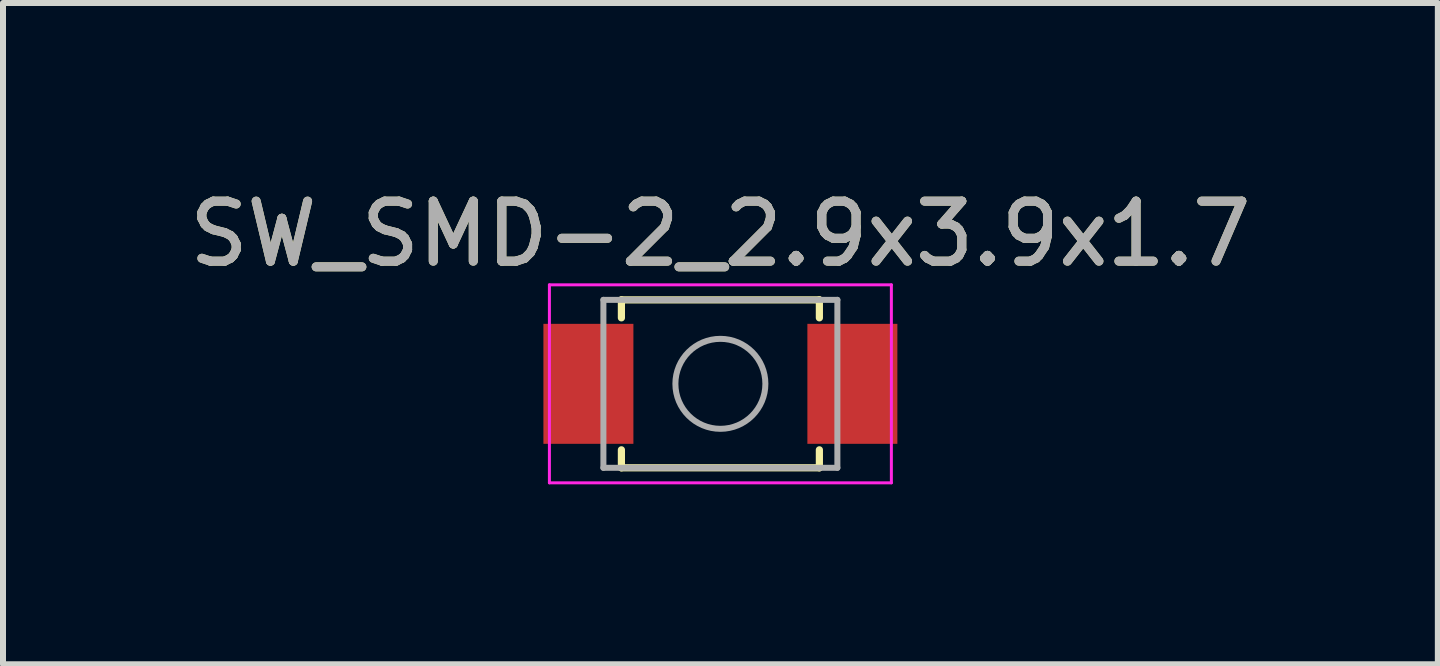
<source format=kicad_pcb>
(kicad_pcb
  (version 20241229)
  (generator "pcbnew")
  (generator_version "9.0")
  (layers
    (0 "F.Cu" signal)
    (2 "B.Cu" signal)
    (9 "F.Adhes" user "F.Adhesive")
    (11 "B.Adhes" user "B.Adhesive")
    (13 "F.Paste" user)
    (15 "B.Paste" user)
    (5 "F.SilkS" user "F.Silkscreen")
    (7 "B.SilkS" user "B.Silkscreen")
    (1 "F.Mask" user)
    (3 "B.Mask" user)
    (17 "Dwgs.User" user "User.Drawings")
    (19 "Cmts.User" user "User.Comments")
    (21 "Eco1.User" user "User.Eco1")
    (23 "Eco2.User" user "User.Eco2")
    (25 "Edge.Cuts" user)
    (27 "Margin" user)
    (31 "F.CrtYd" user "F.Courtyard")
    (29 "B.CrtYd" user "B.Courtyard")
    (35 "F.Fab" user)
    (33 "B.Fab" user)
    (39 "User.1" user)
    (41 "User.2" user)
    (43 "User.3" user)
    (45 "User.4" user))
  (footprint "SW_SMD-2_2.9x3.9x1.7"
    (layer "F.Cu")
    (at 8.958 3.348)
    (property "Reference" "SW_SMD-2_2.9x3.9x1.7" (at 0 -2.5 0) (layer "F.SilkS") (effects (font (size 1 1) (thickness 0.15))))
    (attr smd)
    (fp_line (start -1.65 -1.4) (end 1.65 -1.4) (stroke (width 0.12) (type solid)) (layer "F.SilkS"))
    (fp_line (start -1.65 -1.1) (end -1.65 -1.4) (stroke (width 0.12) (type solid)) (layer "F.SilkS"))
    (fp_line (start -1.65 1.1) (end -1.65 1.4) (stroke (width 0.12) (type solid)) (layer "F.SilkS"))
    (fp_line (start -1.65 1.4) (end 1.65 1.4) (stroke (width 0.12) (type solid)) (layer "F.SilkS"))
    (fp_line (start 1.65 -1.4) (end 1.65 -1.1) (stroke (width 0.12) (type solid)) (layer "F.SilkS"))
    (fp_line (start 1.65 1.4) (end 1.65 1.1) (stroke (width 0.12) (type solid)) (layer "F.SilkS"))
    (fp_line (start -2.85 -1.65) (end -2.85 1.65) (stroke (width 0.05) (type solid)) (layer "F.CrtYd"))
    (fp_line (start -2.85 1.65) (end 2.85 1.65) (stroke (width 0.05) (type solid)) (layer "F.CrtYd"))
    (fp_line (start 2.85 -1.65) (end -2.85 -1.65) (stroke (width 0.05) (type solid)) (layer "F.CrtYd"))
    (fp_line (start 2.85 1.65) (end 2.85 -1.65) (stroke (width 0.05) (type solid)) (layer "F.CrtYd"))
    (fp_line (start -1.95 -1.4) (end 1.95 -1.4) (stroke (width 0.1) (type solid)) (layer "F.Fab"))
    (fp_line (start -1.95 1.4) (end -1.95 -1.4) (stroke (width 0.1) (type solid)) (layer "F.Fab"))
    (fp_line (start 1.95 -1.4) (end 1.95 1.4) (stroke (width 0.1) (type solid)) (layer "F.Fab"))
    (fp_line (start 1.95 1.4) (end -1.95 1.4) (stroke (width 0.1) (type solid)) (layer "F.Fab"))
    (fp_circle (center 0 0) (end 0.75 0) (stroke (width 0.1) (type solid)) (fill no) (layer "F.Fab"))
    (fp_text user "${REFERENCE}" (at 0 -2.5 0) (layer "F.Fab") (effects (font (size 1 1) (thickness 0.15))))
    (pad "1" smd rect (at -2.2 0) (size 1.5 2) (layers "F.Cu" "F.Mask" "F.Paste"))
    (pad "2" smd rect (at 2.2 0) (size 1.5 2) (layers "F.Cu" "F.Mask" "F.Paste")))
  (gr_rect
    (start -3 -3)
    (end 20.917 8.023)
    (stroke (width 0.1) (type default))
    (fill no)
    (layer "Edge.Cuts")))
</source>
